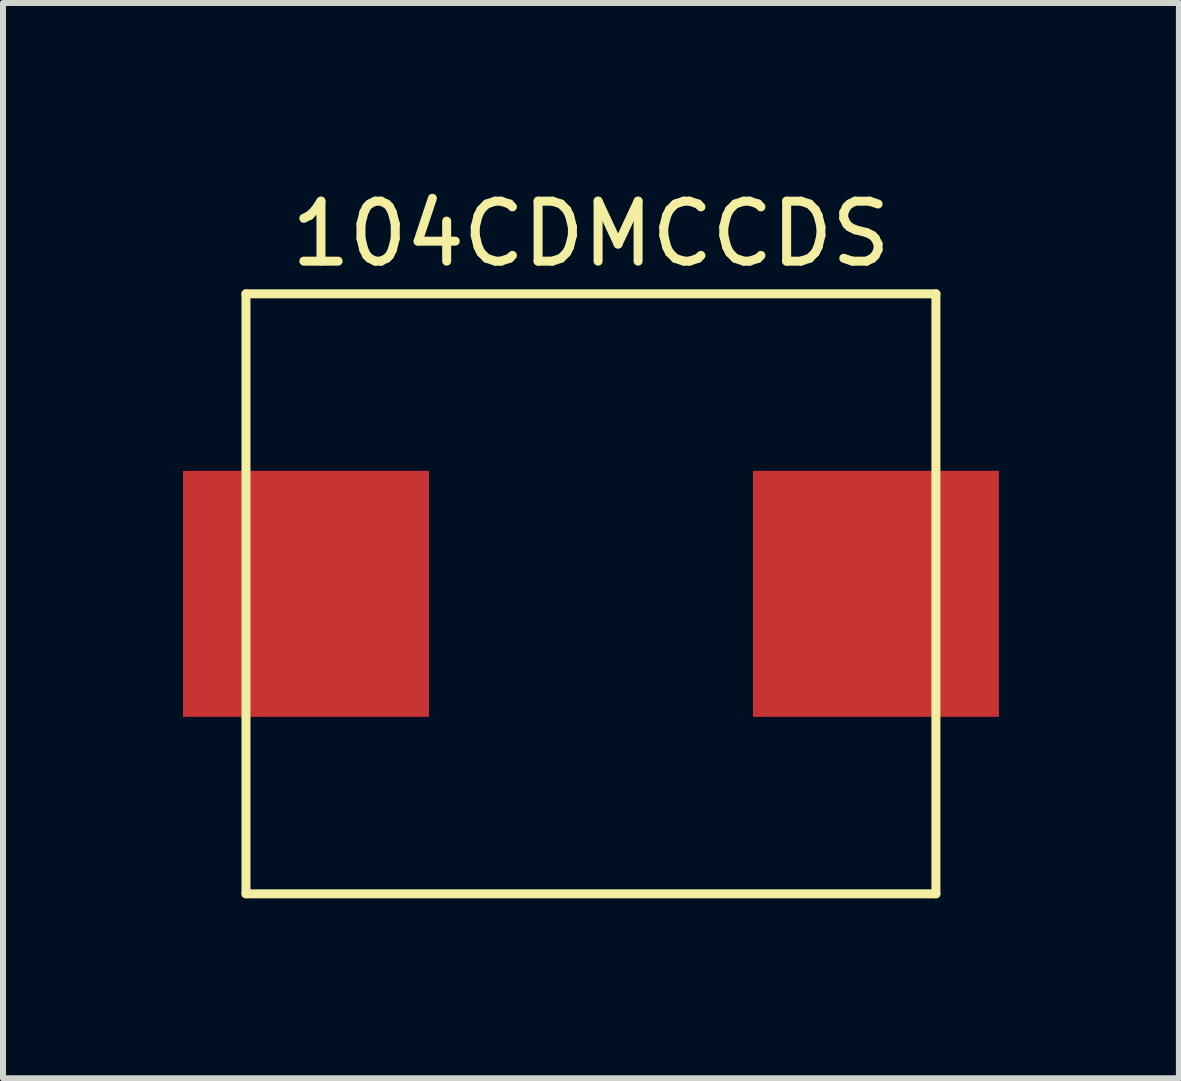
<source format=kicad_pcb>
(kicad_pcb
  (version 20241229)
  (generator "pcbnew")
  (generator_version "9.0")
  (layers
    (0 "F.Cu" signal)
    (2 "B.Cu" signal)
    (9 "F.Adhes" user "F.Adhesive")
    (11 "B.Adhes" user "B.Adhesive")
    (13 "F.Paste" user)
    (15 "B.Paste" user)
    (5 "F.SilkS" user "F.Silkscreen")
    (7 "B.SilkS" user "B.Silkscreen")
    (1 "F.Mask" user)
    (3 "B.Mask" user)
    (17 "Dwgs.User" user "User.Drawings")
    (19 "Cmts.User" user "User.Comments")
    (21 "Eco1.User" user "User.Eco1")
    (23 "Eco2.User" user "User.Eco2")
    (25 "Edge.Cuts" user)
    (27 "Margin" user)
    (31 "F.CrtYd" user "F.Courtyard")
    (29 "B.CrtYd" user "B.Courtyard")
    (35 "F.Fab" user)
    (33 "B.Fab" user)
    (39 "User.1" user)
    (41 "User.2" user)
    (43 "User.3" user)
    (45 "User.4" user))
  (footprint "104CDMCCDS"
    (layer "F.Cu")
    (at 6.8 6.848)
    (property "Reference" "104CDMCCDS" (at 0 -6 0) (layer "F.SilkS") (effects (font (size 1 1) (thickness 0.15))))
    (attr through_hole)
    (fp_line (start -5.75 -5) (end -5.75 5) (stroke (width 0.15) (type solid)) (layer "F.SilkS"))
    (fp_line (start -5.75 5) (end 5.75 5) (stroke (width 0.15) (type solid)) (layer "F.SilkS"))
    (fp_line (start 5.75 -5) (end -5.75 -5) (stroke (width 0.15) (type solid)) (layer "F.SilkS"))
    (fp_line (start 5.75 5) (end 5.75 -5) (stroke (width 0.15) (type solid)) (layer "F.SilkS"))
    (pad "1" smd rect (at -4.75 0) (size 4.1 4.1) (layers "F.Cu" "F.Mask" "F.Paste"))
    (pad "2" smd rect (at 4.75 0) (size 4.1 4.1) (layers "F.Cu" "F.Mask" "F.Paste")))
  (gr_rect
    (start -3 -3)
    (end 16.6 14.923)
    (stroke (width 0.1) (type default))
    (fill no)
    (layer "Edge.Cuts")))
</source>
